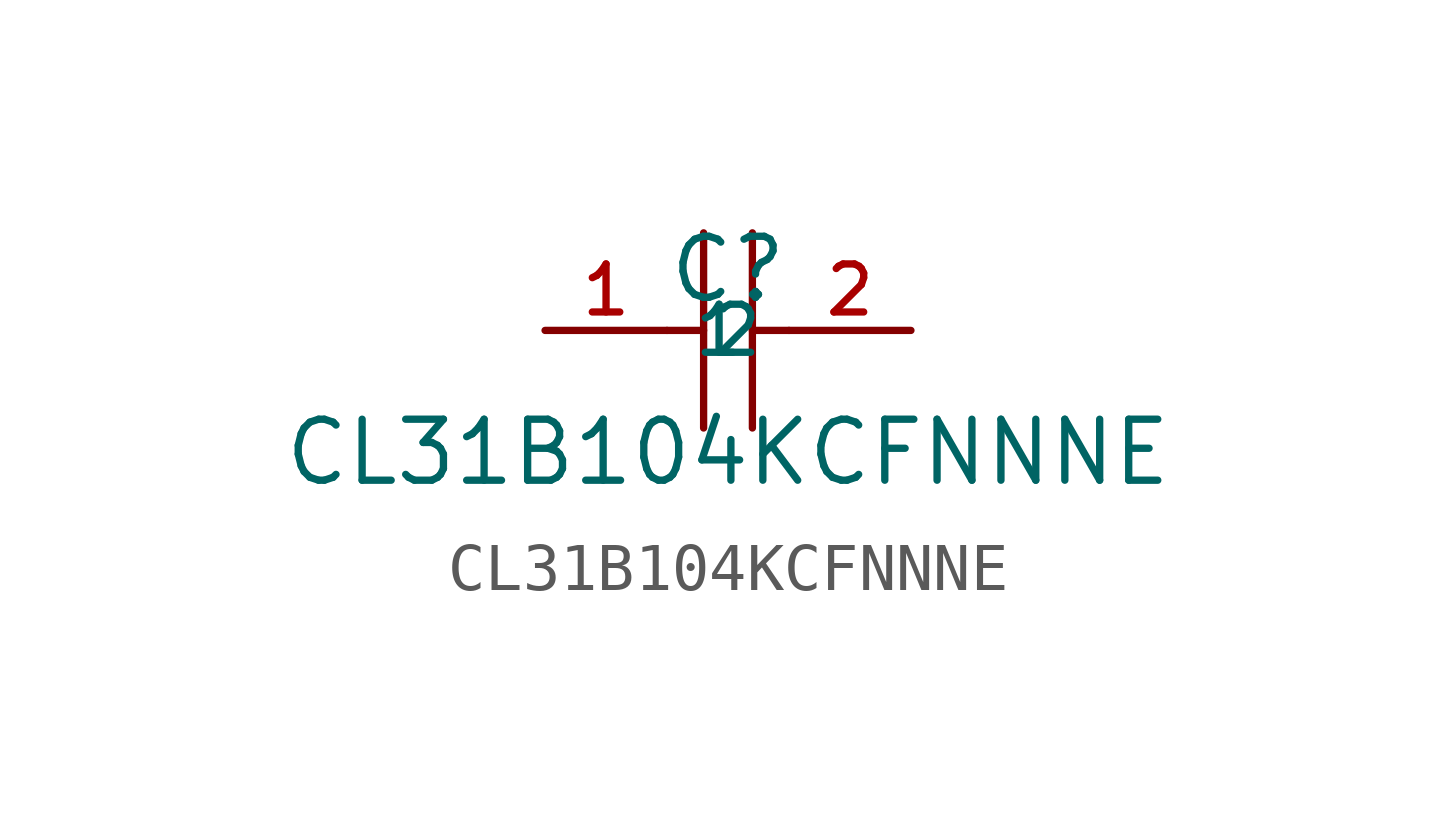
<source format=kicad_sym>
(kicad_symbol_lib
  (version 20210201)
  (generator TousstNicolas/JLC2KiCad_lib)
  (symbol "CL31B104KCFNNNE"
    (property "Reference" "C"
      (at 0 1.27 0)
      (effects (font (size 1.27 1.27))))
    (property "Value" "CL31B104KCFNNNE"
      (at 0 -2.54 0)
      (effects (font (size 1.27 1.27))))
    (symbol "CL31B104KCFNNNE_0_1"
      (polyline (pts (xy -0.508 2.032) (xy -0.508 -2.032)) (stroke (width 0) (type default) (color 0 0 0 0)) (fill (type none)))
      (polyline (pts (xy 0.508 2.032) (xy 0.508 -2.032)) (stroke (width 0) (type default) (color 0 0 0 0)) (fill (type none)))
      (pin input line (at -3.81 -0.0 0) (length 2.54) (name "1" (effects (font (size 1 1)))) (number "1" (effects (font (size 1 1)))))
      (pin input line (at 3.81 -0.0 180) (length 2.54) (name "2" (effects (font (size 1 1)))) (number "2" (effects (font (size 1 1)))))
      (polyline (pts (xy -1.27 -0.0) (xy -0.508 -0.0)) (stroke (width 0) (type default) (color 0 0 0 0)) (fill (type none)))
      (polyline (pts (xy 0.508 -0.0) (xy 1.27 -0.0)) (stroke (width 0) (type default) (color 0 0 0 0)) (fill (type none))))))
</source>
